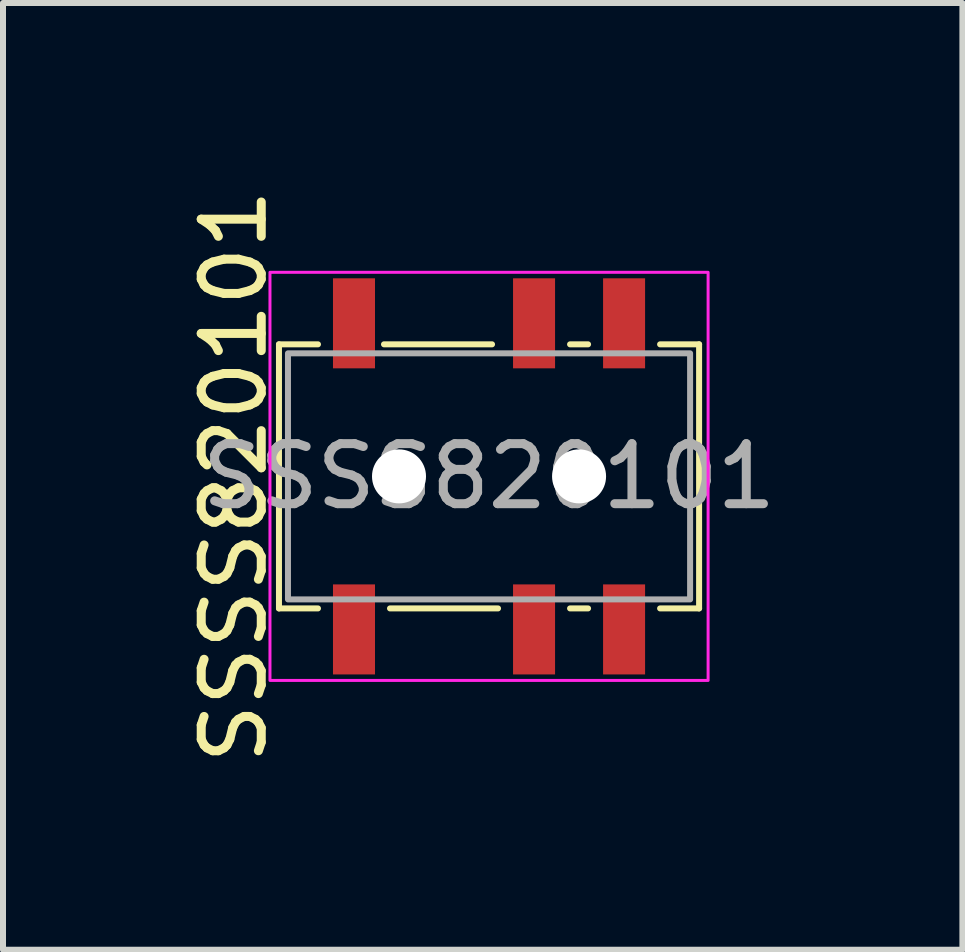
<source format=kicad_pcb>
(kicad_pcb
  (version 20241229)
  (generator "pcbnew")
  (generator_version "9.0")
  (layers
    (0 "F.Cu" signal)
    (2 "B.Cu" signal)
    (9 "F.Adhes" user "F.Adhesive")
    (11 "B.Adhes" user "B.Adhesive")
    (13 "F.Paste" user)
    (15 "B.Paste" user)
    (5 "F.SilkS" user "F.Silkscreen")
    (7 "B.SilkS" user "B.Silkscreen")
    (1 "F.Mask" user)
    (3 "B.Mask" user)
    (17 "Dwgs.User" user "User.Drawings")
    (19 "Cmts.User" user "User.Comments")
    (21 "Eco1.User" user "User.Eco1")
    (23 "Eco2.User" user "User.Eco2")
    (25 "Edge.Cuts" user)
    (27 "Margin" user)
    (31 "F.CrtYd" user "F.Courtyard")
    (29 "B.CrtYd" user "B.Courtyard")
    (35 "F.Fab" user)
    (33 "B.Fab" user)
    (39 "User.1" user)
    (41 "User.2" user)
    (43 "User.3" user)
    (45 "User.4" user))
  (footprint "SSSS820101"
    (layer "F.Cu")
    (at 5.098 4.887)
    (property "Reference" "SSSS820101" (at -4.25 0 90) (unlocked yes) (layer "F.SilkS") (effects (font (size 1 1) (thickness 0.15))))
    (attr smd)
    (fp_line (start -3.5 -2.2) (end -2.85 -2.2) (stroke (width 0.1) (type solid)) (layer "F.SilkS"))
    (fp_line (start -3.5 2.2) (end -3.5 -2.2) (stroke (width 0.1) (type solid)) (layer "F.SilkS"))
    (fp_line (start -3.5 2.2) (end -2.85 2.2) (stroke (width 0.1) (type solid)) (layer "F.SilkS"))
    (fp_line (start 0.05 -2.2) (end -1.75 -2.2) (stroke (width 0.1) (type solid)) (layer "F.SilkS"))
    (fp_line (start 0.15 2.2) (end -1.65 2.2) (stroke (width 0.1) (type solid)) (layer "F.SilkS"))
    (fp_line (start 1.35 -2.2) (end 1.65 -2.2) (stroke (width 0.1) (type solid)) (layer "F.SilkS"))
    (fp_line (start 1.35 2.2) (end 1.65 2.2) (stroke (width 0.1) (type solid)) (layer "F.SilkS"))
    (fp_line (start 3.5 -2.2) (end 2.85 -2.2) (stroke (width 0.1) (type solid)) (layer "F.SilkS"))
    (fp_line (start 3.5 2.2) (end 2.85 2.2) (stroke (width 0.1) (type solid)) (layer "F.SilkS"))
    (fp_line (start 3.5 2.2) (end 3.5 -2.2) (stroke (width 0.1) (type solid)) (layer "F.SilkS"))
    (fp_rect (start -3.65 -3.4) (end 3.65 3.4) (stroke (width 0.05) (type solid)) (fill no) (layer "F.CrtYd"))
    (fp_rect (start -3.35 -2.05) (end 3.35 2.05) (stroke (width 0.1) (type default)) (fill no) (layer "F.Fab"))
    (fp_text user "${REFERENCE}" (at 0 0 0) (unlocked yes) (layer "F.Fab") (effects (font (size 1 1) (thickness 0.15))))
    (pad "" np_thru_hole circle (at -1.5 0) (size 0.9 0.9) (drill 0.9) (layers "*.Cu" "*.Mask"))
    (pad "" np_thru_hole circle (at 1.5 0) (size 0.9 0.9) (drill 0.9) (layers "*.Cu" "*.Mask"))
    (pad "1" smd rect (at -2.25 -2.55) (size 0.7 1.5) (layers "F.Cu" "F.Mask" "F.Paste"))
    (pad "2" smd rect (at 0.75 -2.55) (size 0.7 1.5) (layers "F.Cu" "F.Mask" "F.Paste"))
    (pad "3" smd rect (at 2.25 -2.55) (size 0.7 1.5) (layers "F.Cu" "F.Mask" "F.Paste"))
    (pad "4" smd rect (at -2.25 2.55) (size 0.7 1.5) (layers "F.Cu" "F.Mask" "F.Paste"))
    (pad "5" smd rect (at 0.75 2.55) (size 0.7 1.5) (layers "F.Cu" "F.Mask" "F.Paste"))
    (pad "6" smd rect (at 2.25 2.55) (size 0.7 1.5) (layers "F.Cu" "F.Mask" "F.Paste")))
  (gr_rect
    (start -3 -3)
    (end 12.985 12.774)
    (stroke (width 0.1) (type default))
    (fill no)
    (layer "Edge.Cuts")))
</source>
